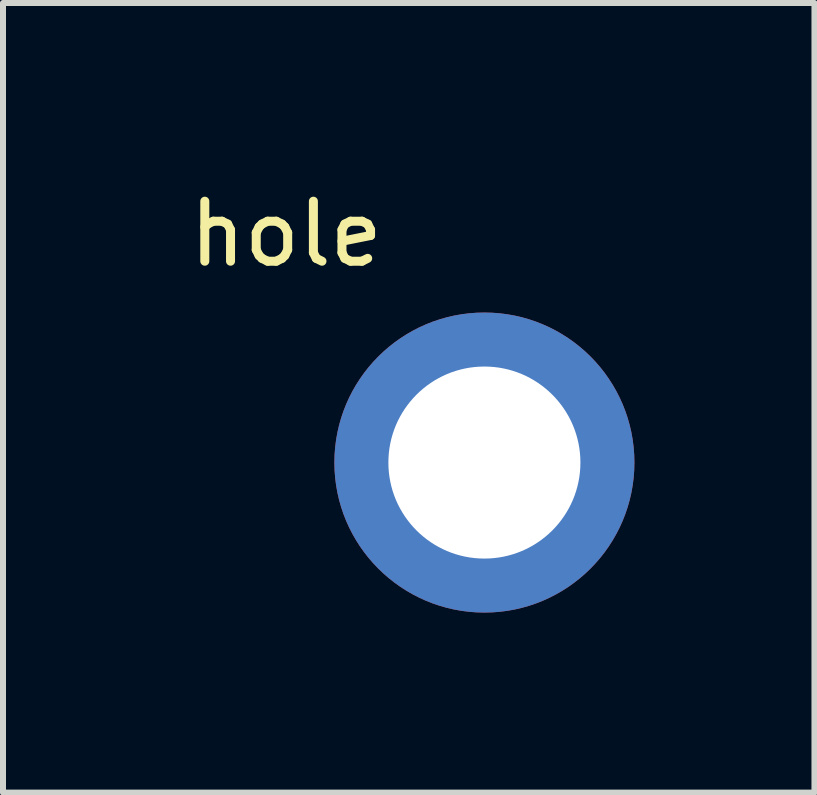
<source format=kicad_pcb>
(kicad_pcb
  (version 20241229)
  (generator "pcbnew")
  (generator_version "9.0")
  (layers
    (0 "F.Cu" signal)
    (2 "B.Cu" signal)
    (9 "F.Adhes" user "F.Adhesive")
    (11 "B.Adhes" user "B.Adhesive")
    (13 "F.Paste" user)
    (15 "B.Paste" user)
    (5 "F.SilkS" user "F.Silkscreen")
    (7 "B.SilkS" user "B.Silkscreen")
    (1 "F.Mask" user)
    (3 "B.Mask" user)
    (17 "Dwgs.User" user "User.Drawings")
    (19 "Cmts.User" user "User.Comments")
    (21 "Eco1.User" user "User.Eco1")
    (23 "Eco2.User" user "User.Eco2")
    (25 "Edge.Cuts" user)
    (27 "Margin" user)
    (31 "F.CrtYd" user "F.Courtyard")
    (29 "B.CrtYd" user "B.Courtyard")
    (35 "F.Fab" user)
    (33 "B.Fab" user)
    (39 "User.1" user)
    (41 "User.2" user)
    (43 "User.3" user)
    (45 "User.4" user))
  (footprint "hole"
    (layer "F.Cu")
    (at 5.022 4.658)
    (property "Reference" "hole" (at -3.302 -3.81 0) (layer "F.SilkS") (effects (font (size 1 1) (thickness 0.15))))
    (attr through_hole)
    (pad "1" thru_hole circle (at 0 0) (size 5 5) (drill 3.2) (layers "*.Cu" "*.Mask")))
  (gr_rect
    (start -3 -3)
    (end 10.522 10.158)
    (stroke (width 0.1) (type default))
    (fill no)
    (layer "Edge.Cuts")))
</source>
